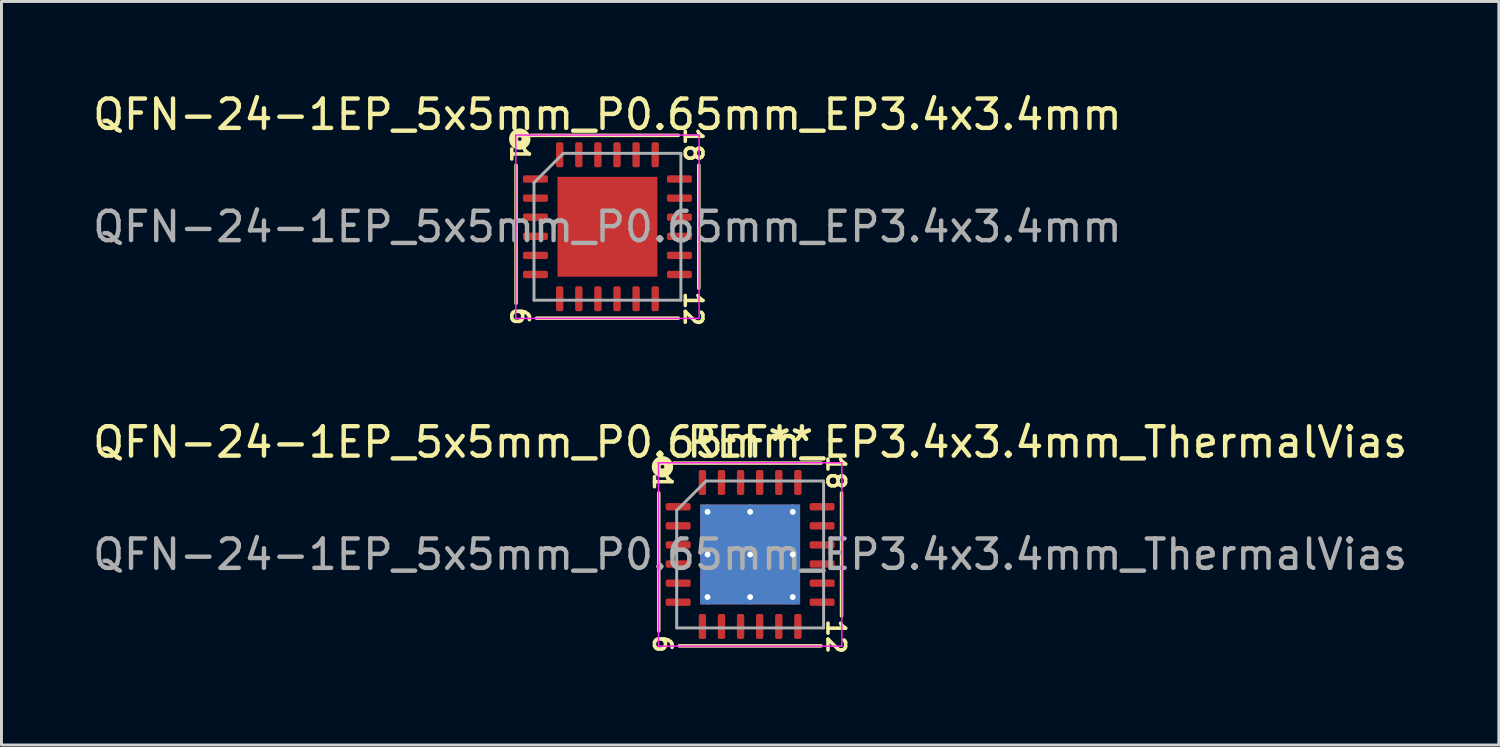
<source format=kicad_pcb>
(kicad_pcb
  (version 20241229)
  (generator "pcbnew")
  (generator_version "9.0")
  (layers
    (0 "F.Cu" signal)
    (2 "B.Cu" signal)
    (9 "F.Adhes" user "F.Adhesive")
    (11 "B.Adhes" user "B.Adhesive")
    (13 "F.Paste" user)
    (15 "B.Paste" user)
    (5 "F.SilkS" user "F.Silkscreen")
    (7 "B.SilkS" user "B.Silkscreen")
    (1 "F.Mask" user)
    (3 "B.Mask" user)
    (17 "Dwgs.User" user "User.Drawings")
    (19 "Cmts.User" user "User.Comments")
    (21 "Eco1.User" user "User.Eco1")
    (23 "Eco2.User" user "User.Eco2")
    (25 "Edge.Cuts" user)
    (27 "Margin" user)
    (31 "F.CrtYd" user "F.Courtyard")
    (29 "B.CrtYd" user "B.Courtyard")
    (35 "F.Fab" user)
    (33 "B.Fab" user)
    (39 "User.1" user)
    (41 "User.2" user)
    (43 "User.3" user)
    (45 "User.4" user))
  (footprint "QFN-24-1EP_5x5mm_P0.65mm_EP3.4x3.4mm_ThermalVias"
    (layer "F.Cu")
    (at 22.482 15.822)
    (property "Reference" "QFN-24-1EP_5x5mm_P0.65mm_EP3.4x3.4mm_ThermalVias" (at 0 -3.82 0) (layer "F.SilkS") (effects (font (size 1 1) (thickness 0.15))))
    (attr smd)
    (fp_line (start -3.111 -2.095) (end -3.111 2.603) (stroke (width 0.12) (type solid)) (layer "F.SilkS"))
    (fp_line (start -2.413 3.111) (end 2.413 3.111) (stroke (width 0.12) (type solid)) (layer "F.SilkS"))
    (fp_line (start 2.413 -3.111) (end -2.603 -3.111) (stroke (width 0.12) (type solid)) (layer "F.SilkS"))
    (fp_line (start 3.111 2.095) (end 3.111 -2.095) (stroke (width 0.12) (type solid)) (layer "F.SilkS"))
    (fp_circle (center -2.985 -2.985) (end -2.921 -2.985) (stroke (width 0.3) (type solid)) (fill no) (layer "F.SilkS"))
    (fp_line (start -3.12 -3.12) (end -3.12 3.12) (stroke (width 0.05) (type solid)) (layer "F.CrtYd"))
    (fp_line (start -3.12 3.12) (end 3.12 3.12) (stroke (width 0.05) (type solid)) (layer "F.CrtYd"))
    (fp_line (start 3.12 -3.12) (end -3.12 -3.12) (stroke (width 0.05) (type solid)) (layer "F.CrtYd"))
    (fp_line (start 3.12 3.12) (end 3.12 -3.12) (stroke (width 0.05) (type solid)) (layer "F.CrtYd"))
    (fp_line (start -2.5 -1.5) (end -1.5 -2.5) (stroke (width 0.1) (type solid)) (layer "F.Fab"))
    (fp_line (start -2.5 2.5) (end -2.5 -1.5) (stroke (width 0.1) (type solid)) (layer "F.Fab"))
    (fp_line (start -1.5 -2.5) (end 2.5 -2.5) (stroke (width 0.1) (type solid)) (layer "F.Fab"))
    (fp_line (start 2.5 -2.5) (end 2.5 2.5) (stroke (width 0.1) (type solid)) (layer "F.Fab"))
    (fp_line (start 2.5 2.5) (end -2.5 2.5) (stroke (width 0.1) (type solid)) (layer "F.Fab"))
    (fp_text user "12" (at 2.921 2.794 270) (unlocked yes) (layer "F.SilkS") (effects (font (size 0.6 0.6) (thickness 0.12))))
    (fp_text user "6" (at -2.985 3.048 270) (unlocked yes) (layer "F.SilkS") (effects (font (size 0.6 0.6) (thickness 0.12))))
    (fp_text user "18" (at 2.921 -2.794 270) (unlocked yes) (layer "F.SilkS") (effects (font (size 0.6 0.6) (thickness 0.12))))
    (fp_text user "REF**" (at 0 -3.82 0) (layer "F.SilkS") (effects (font (size 1 1) (thickness 0.15))))
    (fp_text user "1" (at -2.985 -2.477 270) (unlocked yes) (layer "F.SilkS") (effects (font (size 0.6 0.6) (thickness 0.12))))
    (fp_text user "${REFERENCE}" (at 0 0 0) (layer "F.Fab") (effects (font (size 1 1) (thickness 0.15))))
    (pad "" smd roundrect (at -0.85 -0.85) (size 1.47 1.47) (layers "F.Paste") (roundrect_rratio 0.17))
    (pad "" smd roundrect (at -0.85 0.85) (size 1.47 1.47) (layers "F.Paste") (roundrect_rratio 0.17))
    (pad "" smd roundrect (at 0.85 -0.85) (size 1.47 1.47) (layers "F.Paste") (roundrect_rratio 0.17))
    (pad "" smd roundrect (at 0.85 0.85) (size 1.47 1.47) (layers "F.Paste") (roundrect_rratio 0.17))
    (pad "1" smd roundrect (at -2.45 -1.625) (size 0.85 0.25) (layers "F.Cu" "F.Mask" "F.Paste") (roundrect_rratio 0.25))
    (pad "2" smd roundrect (at -2.45 -0.975) (size 0.85 0.25) (layers "F.Cu" "F.Mask" "F.Paste") (roundrect_rratio 0.25))
    (pad "3" smd roundrect (at -2.45 -0.325) (size 0.85 0.25) (layers "F.Cu" "F.Mask" "F.Paste") (roundrect_rratio 0.25))
    (pad "4" smd roundrect (at -2.45 0.325) (size 0.85 0.25) (layers "F.Cu" "F.Mask" "F.Paste") (roundrect_rratio 0.25))
    (pad "5" smd roundrect (at -2.45 0.975) (size 0.85 0.25) (layers "F.Cu" "F.Mask" "F.Paste") (roundrect_rratio 0.25))
    (pad "6" smd roundrect (at -2.45 1.625) (size 0.85 0.25) (layers "F.Cu" "F.Mask" "F.Paste") (roundrect_rratio 0.25))
    (pad "7" smd roundrect (at -1.625 2.45) (size 0.25 0.85) (layers "F.Cu" "F.Mask" "F.Paste") (roundrect_rratio 0.25))
    (pad "8" smd roundrect (at -0.975 2.45) (size 0.25 0.85) (layers "F.Cu" "F.Mask" "F.Paste") (roundrect_rratio 0.25))
    (pad "9" smd roundrect (at -0.325 2.45) (size 0.25 0.85) (layers "F.Cu" "F.Mask" "F.Paste") (roundrect_rratio 0.25))
    (pad "10" smd roundrect (at 0.325 2.45) (size 0.25 0.85) (layers "F.Cu" "F.Mask" "F.Paste") (roundrect_rratio 0.25))
    (pad "11" smd roundrect (at 0.975 2.45) (size 0.25 0.85) (layers "F.Cu" "F.Mask" "F.Paste") (roundrect_rratio 0.25))
    (pad "12" smd roundrect (at 1.625 2.45) (size 0.25 0.85) (layers "F.Cu" "F.Mask" "F.Paste") (roundrect_rratio 0.25))
    (pad "13" smd roundrect (at 2.45 1.625) (size 0.85 0.25) (layers "F.Cu" "F.Mask" "F.Paste") (roundrect_rratio 0.25))
    (pad "14" smd roundrect (at 2.45 0.975) (size 0.85 0.25) (layers "F.Cu" "F.Mask" "F.Paste") (roundrect_rratio 0.25))
    (pad "15" smd roundrect (at 2.45 0.325) (size 0.85 0.25) (layers "F.Cu" "F.Mask" "F.Paste") (roundrect_rratio 0.25))
    (pad "16" smd roundrect (at 2.45 -0.325) (size 0.85 0.25) (layers "F.Cu" "F.Mask" "F.Paste") (roundrect_rratio 0.25))
    (pad "17" smd roundrect (at 2.45 -0.975) (size 0.85 0.25) (layers "F.Cu" "F.Mask" "F.Paste") (roundrect_rratio 0.25))
    (pad "18" smd roundrect (at 2.45 -1.625) (size 0.85 0.25) (layers "F.Cu" "F.Mask" "F.Paste") (roundrect_rratio 0.25))
    (pad "19" smd roundrect (at 1.625 -2.45) (size 0.25 0.85) (layers "F.Cu" "F.Mask" "F.Paste") (roundrect_rratio 0.25))
    (pad "20" smd roundrect (at 0.975 -2.45) (size 0.25 0.85) (layers "F.Cu" "F.Mask" "F.Paste") (roundrect_rratio 0.25))
    (pad "21" smd roundrect (at 0.325 -2.45) (size 0.25 0.85) (layers "F.Cu" "F.Mask" "F.Paste") (roundrect_rratio 0.25))
    (pad "22" smd roundrect (at -0.325 -2.45) (size 0.25 0.85) (layers "F.Cu" "F.Mask" "F.Paste") (roundrect_rratio 0.25))
    (pad "23" smd roundrect (at -0.975 -2.45) (size 0.25 0.85) (layers "F.Cu" "F.Mask" "F.Paste") (roundrect_rratio 0.25))
    (pad "24" smd roundrect (at -1.625 -2.45) (size 0.25 0.85) (layers "F.Cu" "F.Mask" "F.Paste") (roundrect_rratio 0.25))
    (pad "25" thru_hole circle (at -1.45 -1.45) (size 0.5 0.5) (drill 0.2) (layers "*.Cu"))
    (pad "25" thru_hole circle (at -1.45 0) (size 0.5 0.5) (drill 0.2) (layers "*.Cu"))
    (pad "25" thru_hole circle (at -1.45 1.45) (size 0.5 0.5) (drill 0.2) (layers "*.Cu"))
    (pad "25" thru_hole circle (at 0 -1.45) (size 0.5 0.5) (drill 0.2) (layers "*.Cu"))
    (pad "25" thru_hole circle (at 0 0) (size 0.5 0.5) (drill 0.2) (layers "*.Cu"))
    (pad "25" smd rect (at 0 0) (size 3.4 3.4) (layers "F.Cu" "F.Mask"))
    (pad "25" smd rect (at 0 0) (size 3.4 3.4) (layers "B.Cu" "B.Mask"))
    (pad "25" thru_hole circle (at 0 1.45) (size 0.5 0.5) (drill 0.2) (layers "*.Cu"))
    (pad "25" thru_hole circle (at 1.45 -1.45) (size 0.5 0.5) (drill 0.2) (layers "*.Cu"))
    (pad "25" thru_hole circle (at 1.45 0) (size 0.5 0.5) (drill 0.2) (layers "*.Cu"))
    (pad "25" thru_hole circle (at 1.45 1.45) (size 0.5 0.5) (drill 0.2) (layers "*.Cu")))
  (footprint "QFN-24-1EP_5x5mm_P0.65mm_EP3.4x3.4mm"
    (layer "F.Cu")
    (at 17.625 4.668)
    (property "Reference" "QFN-24-1EP_5x5mm_P0.65mm_EP3.4x3.4mm" (at 0 -3.82 0) (layer "F.SilkS") (effects (font (size 1 1) (thickness 0.15))))
    (attr smd)
    (fp_line (start -3.111 -2.095) (end -3.111 2.603) (stroke (width 0.12) (type solid)) (layer "F.SilkS"))
    (fp_line (start -2.413 3.111) (end 2.413 3.111) (stroke (width 0.12) (type solid)) (layer "F.SilkS"))
    (fp_line (start 2.413 -3.111) (end -2.603 -3.111) (stroke (width 0.12) (type solid)) (layer "F.SilkS"))
    (fp_line (start 3.111 2.095) (end 3.111 -2.095) (stroke (width 0.12) (type solid)) (layer "F.SilkS"))
    (fp_circle (center -2.985 -2.985) (end -2.921 -2.985) (stroke (width 0.3) (type solid)) (fill no) (layer "F.SilkS"))
    (fp_line (start -3.12 -3.12) (end -3.12 3.12) (stroke (width 0.05) (type solid)) (layer "F.CrtYd"))
    (fp_line (start -3.12 3.12) (end 3.12 3.12) (stroke (width 0.05) (type solid)) (layer "F.CrtYd"))
    (fp_line (start 3.12 -3.12) (end -3.12 -3.12) (stroke (width 0.05) (type solid)) (layer "F.CrtYd"))
    (fp_line (start 3.12 3.12) (end 3.12 -3.12) (stroke (width 0.05) (type solid)) (layer "F.CrtYd"))
    (fp_line (start -2.5 -1.5) (end -1.5 -2.5) (stroke (width 0.1) (type solid)) (layer "F.Fab"))
    (fp_line (start -2.5 2.5) (end -2.5 -1.5) (stroke (width 0.1) (type solid)) (layer "F.Fab"))
    (fp_line (start -1.5 -2.5) (end 2.5 -2.5) (stroke (width 0.1) (type solid)) (layer "F.Fab"))
    (fp_line (start 2.5 -2.5) (end 2.5 2.5) (stroke (width 0.1) (type solid)) (layer "F.Fab"))
    (fp_line (start 2.5 2.5) (end -2.5 2.5) (stroke (width 0.1) (type solid)) (layer "F.Fab"))
    (fp_text user "6" (at -2.985 3.048 270) (unlocked yes) (layer "F.SilkS") (effects (font (size 0.6 0.6) (thickness 0.12))))
    (fp_text user "18" (at 2.921 -2.794 270) (unlocked yes) (layer "F.SilkS") (effects (font (size 0.6 0.6) (thickness 0.12))))
    (fp_text user "12" (at 2.921 2.794 270) (unlocked yes) (layer "F.SilkS") (effects (font (size 0.6 0.6) (thickness 0.12))))
    (fp_text user "1" (at -2.985 -2.477 270) (unlocked yes) (layer "F.SilkS") (effects (font (size 0.6 0.6) (thickness 0.12))))
    (fp_text user "${REFERENCE}" (at 0 0 0) (layer "F.Fab") (effects (font (size 1 1) (thickness 0.15))))
    (pad "" smd roundrect (at -0.85 -0.85) (size 1.37 1.37) (layers "F.Paste") (roundrect_rratio 0.182))
    (pad "" smd roundrect (at -0.85 0.85) (size 1.37 1.37) (layers "F.Paste") (roundrect_rratio 0.182))
    (pad "" smd roundrect (at 0.85 -0.85) (size 1.37 1.37) (layers "F.Paste") (roundrect_rratio 0.182))
    (pad "" smd roundrect (at 0.85 0.85) (size 1.37 1.37) (layers "F.Paste") (roundrect_rratio 0.182))
    (pad "1" smd roundrect (at -2.45 -1.625) (size 0.85 0.25) (layers "F.Cu" "F.Mask" "F.Paste") (roundrect_rratio 0.25))
    (pad "2" smd roundrect (at -2.45 -0.975) (size 0.85 0.25) (layers "F.Cu" "F.Mask" "F.Paste") (roundrect_rratio 0.25))
    (pad "3" smd roundrect (at -2.45 -0.325) (size 0.85 0.25) (layers "F.Cu" "F.Mask" "F.Paste") (roundrect_rratio 0.25))
    (pad "4" smd roundrect (at -2.45 0.325) (size 0.85 0.25) (layers "F.Cu" "F.Mask" "F.Paste") (roundrect_rratio 0.25))
    (pad "5" smd roundrect (at -2.45 0.975) (size 0.85 0.25) (layers "F.Cu" "F.Mask" "F.Paste") (roundrect_rratio 0.25))
    (pad "6" smd roundrect (at -2.45 1.625) (size 0.85 0.25) (layers "F.Cu" "F.Mask" "F.Paste") (roundrect_rratio 0.25))
    (pad "7" smd roundrect (at -1.625 2.45) (size 0.25 0.85) (layers "F.Cu" "F.Mask" "F.Paste") (roundrect_rratio 0.25))
    (pad "8" smd roundrect (at -0.975 2.45) (size 0.25 0.85) (layers "F.Cu" "F.Mask" "F.Paste") (roundrect_rratio 0.25))
    (pad "9" smd roundrect (at -0.325 2.45) (size 0.25 0.85) (layers "F.Cu" "F.Mask" "F.Paste") (roundrect_rratio 0.25))
    (pad "10" smd roundrect (at 0.325 2.45) (size 0.25 0.85) (layers "F.Cu" "F.Mask" "F.Paste") (roundrect_rratio 0.25))
    (pad "11" smd roundrect (at 0.975 2.45) (size 0.25 0.85) (layers "F.Cu" "F.Mask" "F.Paste") (roundrect_rratio 0.25))
    (pad "12" smd roundrect (at 1.625 2.45) (size 0.25 0.85) (layers "F.Cu" "F.Mask" "F.Paste") (roundrect_rratio 0.25))
    (pad "13" smd roundrect (at 2.45 1.625) (size 0.85 0.25) (layers "F.Cu" "F.Mask" "F.Paste") (roundrect_rratio 0.25))
    (pad "14" smd roundrect (at 2.45 0.975) (size 0.85 0.25) (layers "F.Cu" "F.Mask" "F.Paste") (roundrect_rratio 0.25))
    (pad "15" smd roundrect (at 2.45 0.325) (size 0.85 0.25) (layers "F.Cu" "F.Mask" "F.Paste") (roundrect_rratio 0.25))
    (pad "16" smd roundrect (at 2.45 -0.325) (size 0.85 0.25) (layers "F.Cu" "F.Mask" "F.Paste") (roundrect_rratio 0.25))
    (pad "17" smd roundrect (at 2.45 -0.975) (size 0.85 0.25) (layers "F.Cu" "F.Mask" "F.Paste") (roundrect_rratio 0.25))
    (pad "18" smd roundrect (at 2.45 -1.625) (size 0.85 0.25) (layers "F.Cu" "F.Mask" "F.Paste") (roundrect_rratio 0.25))
    (pad "19" smd roundrect (at 1.625 -2.45) (size 0.25 0.85) (layers "F.Cu" "F.Mask" "F.Paste") (roundrect_rratio 0.25))
    (pad "20" smd roundrect (at 0.975 -2.45) (size 0.25 0.85) (layers "F.Cu" "F.Mask" "F.Paste") (roundrect_rratio 0.25))
    (pad "21" smd roundrect (at 0.325 -2.45) (size 0.25 0.85) (layers "F.Cu" "F.Mask" "F.Paste") (roundrect_rratio 0.25))
    (pad "22" smd roundrect (at -0.325 -2.45) (size 0.25 0.85) (layers "F.Cu" "F.Mask" "F.Paste") (roundrect_rratio 0.25))
    (pad "23" smd roundrect (at -0.975 -2.45) (size 0.25 0.85) (layers "F.Cu" "F.Mask" "F.Paste") (roundrect_rratio 0.25))
    (pad "24" smd roundrect (at -1.625 -2.45) (size 0.25 0.85) (layers "F.Cu" "F.Mask" "F.Paste") (roundrect_rratio 0.25))
    (pad "25" smd rect (at 0 0) (size 3.4 3.4) (layers "F.Cu" "F.Mask")))
  (gr_rect
    (start -3 -3)
    (end 47.964 22.307)
    (stroke (width 0.1) (type default))
    (fill no)
    (layer "Edge.Cuts")))
</source>
